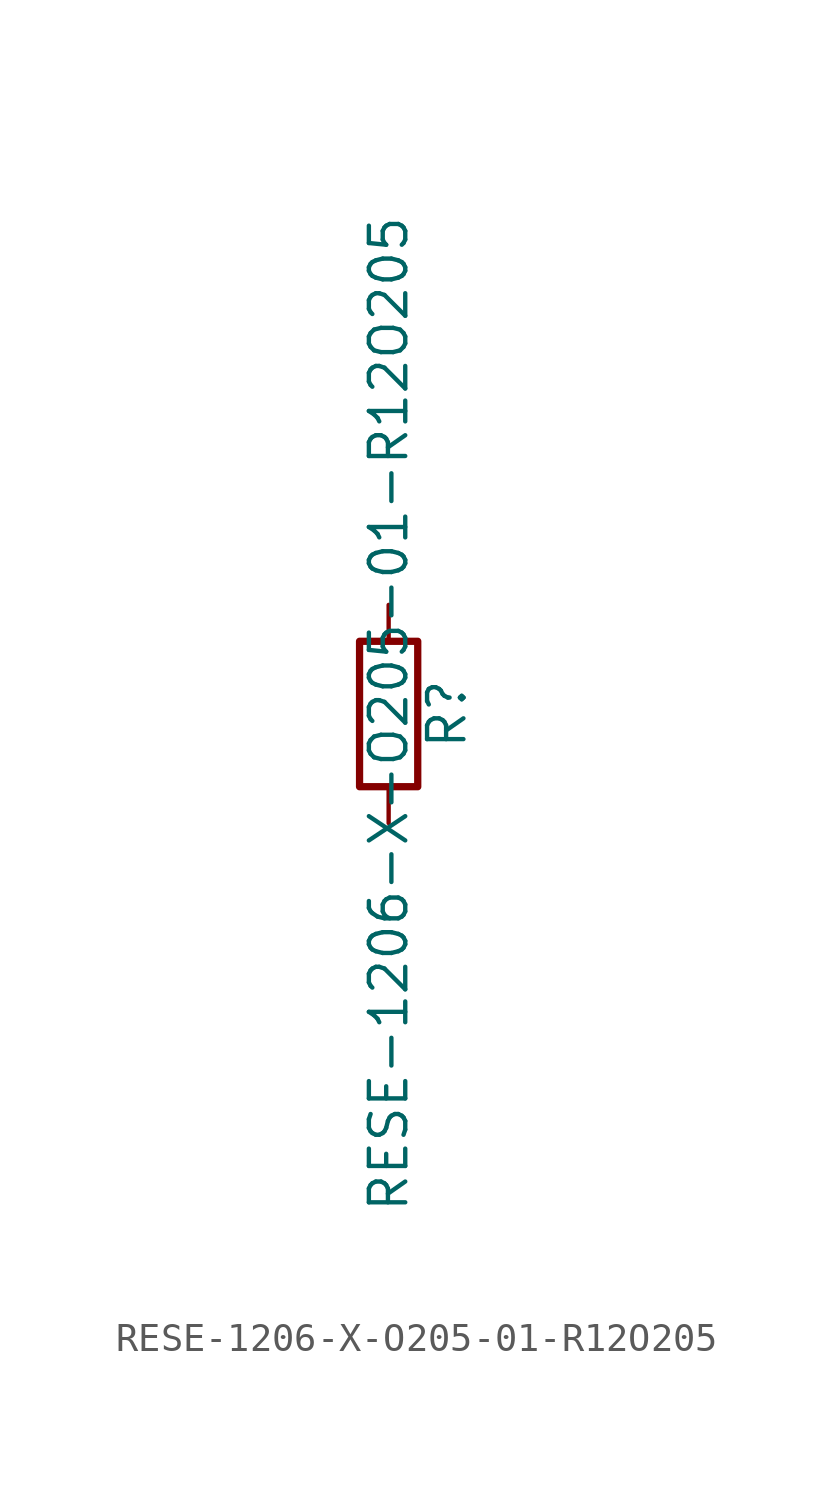
<source format=kicad_sym>
(kicad_symbol_lib
  (version 20211014)
  (generator kicad_symbol_editor)
  (symbol "RESE-1206-X-O205-01-R12O205"
    (pin_numbers hide)
    (pin_names
      (offset 0))
    (property "Reference" "R"
      (at 2.032 0 90)
      (effects (font (size 1.27 1.27))))
    (property "Value" "RESE-1206-X-O205-01-R12O205"
      (at 0 0 90)
      (effects (font (size 1.27 1.27))))
    (symbol "RESE-1206-X-O205-01-R12O205_0_1"
      (rectangle (start -1.016 -2.54) (end 1.016 2.54) (stroke (width 0.254) (type default) (color 0 0 0 0)) (fill (type none))))
    (symbol "RESE-1206-X-O205-01-R12O205_1_1"
      (pin passive line (at 0 3.81 270) (length 1.27) (name "~" (effects (font (size 1.27 1.27)))) (number "1" (effects (font (size 1.27 1.27)))))
      (pin passive line (at 0 -3.81 90) (length 1.27) (name "~" (effects (font (size 1.27 1.27)))) (number "2" (effects (font (size 1.27 1.27))))))))
</source>
